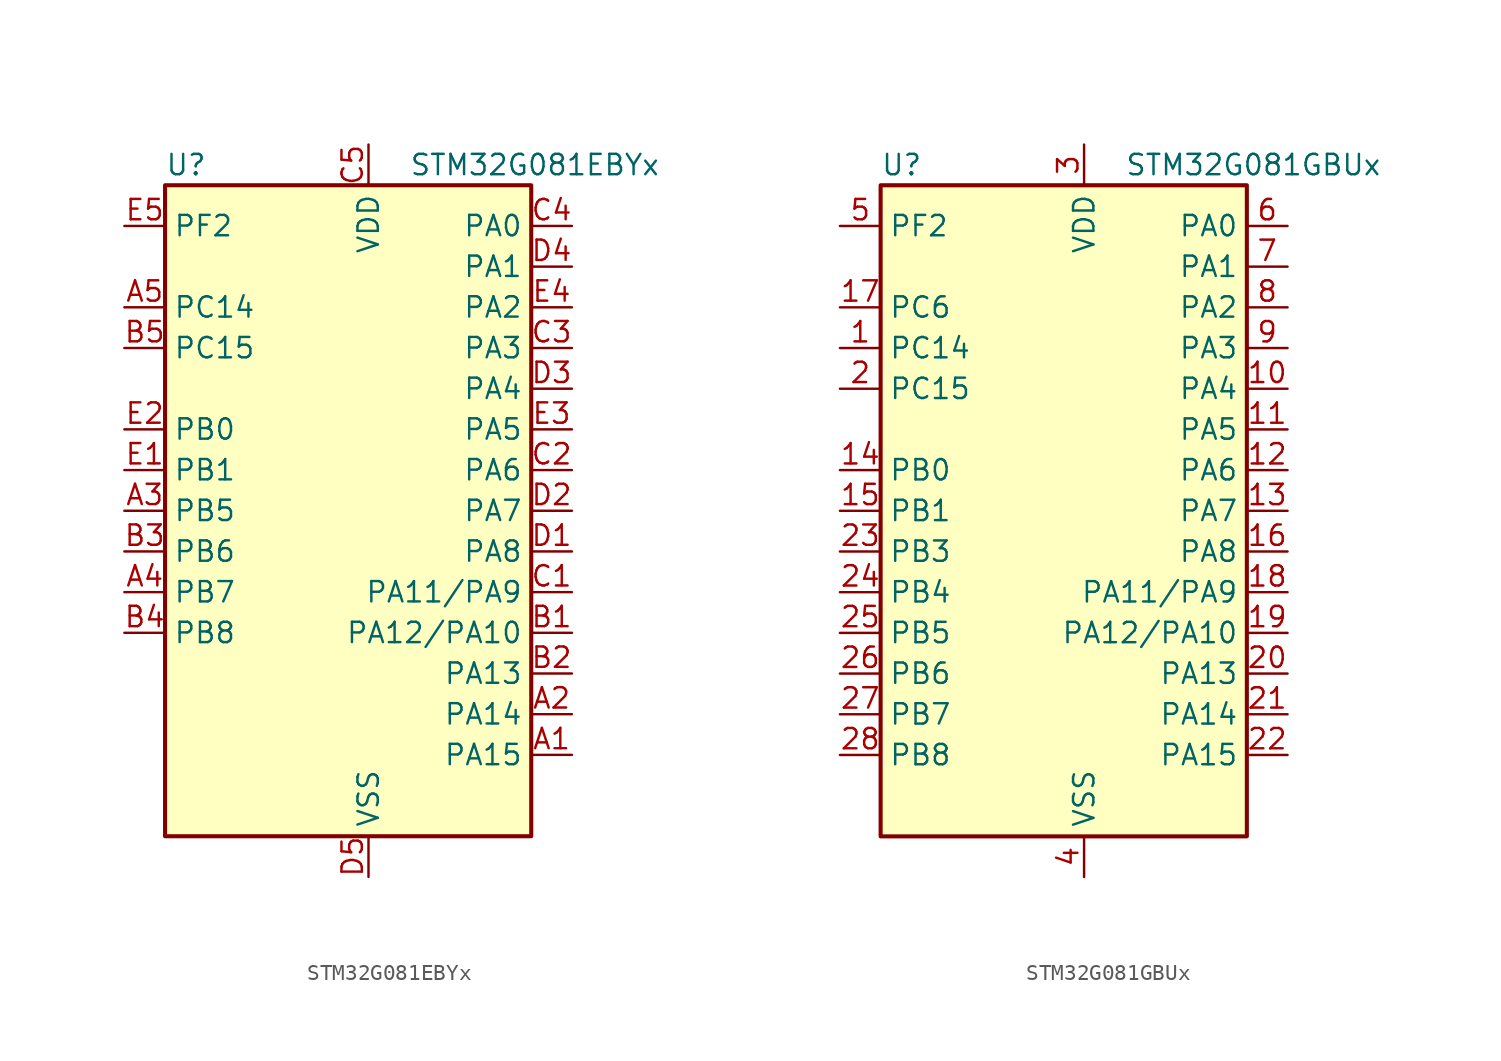
<source format=kicad_sym>
(kicad_symbol_lib
  (version 20231120)
  (generator "kicad_symbol_editor")
  (generator_version "8.0")
  (symbol "STM32G081EBYx"
    (property "Reference" "U"
      (at -10.16 21.59 0)
      (effects (font (size 1.27 1.27)) (justify left)))
    (property "Value" "STM32G081EBYx"
      (at 5.08 21.59 0)
      (effects (font (size 1.27 1.27)) (justify left)))
    (property "ki_locked" ""
      (at 0 0 0)
      (effects (font (size 1.27 1.27))))
    (symbol "STM32G081EBYx_0_1"
      (rectangle (start -10.16 -20.32) (end 12.7 20.32) (stroke (width 0.254) (type default)) (fill (type background))))
    (symbol "STM32G081EBYx_1_1"
      (pin bidirectional line (at 15.24 -15.24 180) (length 2.54) (name "PA15" (effects (font (size 1.27 1.27)))) (number "A1" (effects (font (size 1.27 1.27)))) (alternate "I2S1_WS" bidirectional line) (alternate "SPI1_NSS" bidirectional line) (alternate "TIM2_CH1" bidirectional line) (alternate "TIM2_ETR" bidirectional line) (alternate "USART2_RX" bidirectional line) (alternate "USART3_CK" bidirectional line) (alternate "USART3_DE" bidirectional line) (alternate "USART3_RTS" bidirectional line) (alternate "USART4_CK" bidirectional line) (alternate "USART4_DE" bidirectional line) (alternate "USART4_RTS" bidirectional line))
      (pin bidirectional line (at 15.24 -12.7 180) (length 2.54) (name "PA14" (effects (font (size 1.27 1.27)))) (number "A2" (effects (font (size 1.27 1.27)))) (alternate "SYS_SWCLK" bidirectional line) (alternate "USART2_TX" bidirectional line))
      (pin bidirectional line (at -12.7 0 0) (length 2.54) (name "PB5" (effects (font (size 1.27 1.27)))) (number "A3" (effects (font (size 1.27 1.27)))) (alternate "COMP2_OUT" bidirectional line) (alternate "I2C1_SMBA" bidirectional line) (alternate "I2S1_SD" bidirectional line) (alternate "LPTIM1_IN1" bidirectional line) (alternate "SPI1_MOSI" bidirectional line) (alternate "SYS_WKUP6" bidirectional line) (alternate "TIM16_BK" bidirectional line) (alternate "TIM3_CH2" bidirectional line))
      (pin bidirectional line (at -12.7 -5.08 0) (length 2.54) (name "PB7" (effects (font (size 1.27 1.27)))) (number "A4" (effects (font (size 1.27 1.27)))) (alternate "COMP2_INM" bidirectional line) (alternate "I2C1_SDA" bidirectional line) (alternate "LPTIM1_IN2" bidirectional line) (alternate "SPI2_MOSI" bidirectional line) (alternate "SYS_PVD_IN" bidirectional line) (alternate "TIM17_CH1N" bidirectional line) (alternate "USART1_RX" bidirectional line) (alternate "USART4_CTS" bidirectional line) (alternate "USART4_NSS" bidirectional line))
      (pin bidirectional line (at -12.7 12.7 0) (length 2.54) (name "PC14" (effects (font (size 1.27 1.27)))) (number "A5" (effects (font (size 1.27 1.27)))) (alternate "RCC_OSC32_IN" bidirectional line) (alternate "RCC_OSC_IN" bidirectional line) (alternate "TIM1_BK2" bidirectional line))
      (pin bidirectional line (at 15.24 -7.62 180) (length 2.54) (name "PA12/PA10" (effects (font (size 1.27 1.27)))) (number "B1" (effects (font (size 1.27 1.27)))) (alternate "COMP2_OUT" bidirectional line) (alternate "I2C2_SDA" bidirectional line) (alternate "I2S1_SD" bidirectional line) (alternate "I2S_CKIN" bidirectional line) (alternate "SPI1_MOSI" bidirectional line) (alternate "TIM1_ETR" bidirectional line) (alternate "USART1_CK" bidirectional line) (alternate "USART1_DE" bidirectional line) (alternate "USART1_RTS" bidirectional line))
      (pin bidirectional line (at 15.24 -10.16 180) (length 2.54) (name "PA13" (effects (font (size 1.27 1.27)))) (number "B2" (effects (font (size 1.27 1.27)))) (alternate "IR_OUT" bidirectional line) (alternate "SYS_SWDIO" bidirectional line))
      (pin bidirectional line (at -12.7 -2.54 0) (length 2.54) (name "PB6" (effects (font (size 1.27 1.27)))) (number "B3" (effects (font (size 1.27 1.27)))) (alternate "COMP2_INP" bidirectional line) (alternate "I2C1_SCL" bidirectional line) (alternate "LPTIM1_ETR" bidirectional line) (alternate "SPI2_MISO" bidirectional line) (alternate "TIM16_CH1N" bidirectional line) (alternate "TIM1_CH3" bidirectional line) (alternate "USART1_TX" bidirectional line))
      (pin bidirectional line (at -12.7 -7.62 0) (length 2.54) (name "PB8" (effects (font (size 1.27 1.27)))) (number "B4" (effects (font (size 1.27 1.27)))) (alternate "CEC" bidirectional line) (alternate "I2C1_SCL" bidirectional line) (alternate "SPI2_SCK" bidirectional line) (alternate "TIM15_BK" bidirectional line) (alternate "TIM16_CH1" bidirectional line) (alternate "USART3_TX" bidirectional line))
      (pin bidirectional line (at -12.7 10.16 0) (length 2.54) (name "PC15" (effects (font (size 1.27 1.27)))) (number "B5" (effects (font (size 1.27 1.27)))) (alternate "RCC_OSC32_EN" bidirectional line) (alternate "RCC_OSC32_OUT" bidirectional line) (alternate "RCC_OSC_EN" bidirectional line) (alternate "TIM15_BK" bidirectional line))
      (pin bidirectional line (at 15.24 -5.08 180) (length 2.54) (name "PA11/PA9" (effects (font (size 1.27 1.27)))) (number "C1" (effects (font (size 1.27 1.27)))) (alternate "ADC1_EXTI11" bidirectional line) (alternate "COMP1_OUT" bidirectional line) (alternate "I2C2_SCL" bidirectional line) (alternate "I2S1_MCK" bidirectional line) (alternate "SPI1_MISO" bidirectional line) (alternate "TIM1_BK2" bidirectional line) (alternate "TIM1_CH4" bidirectional line) (alternate "USART1_CTS" bidirectional line) (alternate "USART1_NSS" bidirectional line))
      (pin bidirectional line (at 15.24 2.54 180) (length 2.54) (name "PA6" (effects (font (size 1.27 1.27)))) (number "C2" (effects (font (size 1.27 1.27)))) (alternate "ADC1_IN6" bidirectional line) (alternate "COMP1_OUT" bidirectional line) (alternate "I2S1_MCK" bidirectional line) (alternate "LPUART1_CTS" bidirectional line) (alternate "SPI1_MISO" bidirectional line) (alternate "TIM16_CH1" bidirectional line) (alternate "TIM1_BK" bidirectional line) (alternate "TIM3_CH1" bidirectional line) (alternate "USART3_CTS" bidirectional line) (alternate "USART3_NSS" bidirectional line))
      (pin bidirectional line (at 15.24 10.16 180) (length 2.54) (name "PA3" (effects (font (size 1.27 1.27)))) (number "C3" (effects (font (size 1.27 1.27)))) (alternate "ADC1_IN3" bidirectional line) (alternate "COMP2_INP" bidirectional line) (alternate "LPUART1_RX" bidirectional line) (alternate "SPI2_MISO" bidirectional line) (alternate "TIM15_CH2" bidirectional line) (alternate "TIM2_CH4" bidirectional line) (alternate "USART2_RX" bidirectional line))
      (pin bidirectional line (at 15.24 17.78 180) (length 2.54) (name "PA0" (effects (font (size 1.27 1.27)))) (number "C4" (effects (font (size 1.27 1.27)))) (alternate "ADC1_IN0" bidirectional line) (alternate "COMP1_INM" bidirectional line) (alternate "COMP1_OUT" bidirectional line) (alternate "LPTIM1_OUT" bidirectional line) (alternate "RTC_TAMP_IN2" bidirectional line) (alternate "SPI2_SCK" bidirectional line) (alternate "SYS_WKUP1" bidirectional line) (alternate "TIM2_CH1" bidirectional line) (alternate "TIM2_ETR" bidirectional line) (alternate "USART2_CTS" bidirectional line) (alternate "USART2_NSS" bidirectional line) (alternate "USART4_TX" bidirectional line))
      (pin power_in line (at 2.54 22.86 270) (length 2.54) (name "VDD" (effects (font (size 1.27 1.27)))) (number "C5" (effects (font (size 1.27 1.27)))))
      (pin bidirectional line (at 15.24 -2.54 180) (length 2.54) (name "PA8" (effects (font (size 1.27 1.27)))) (number "D1" (effects (font (size 1.27 1.27)))) (alternate "LPTIM2_OUT" bidirectional line) (alternate "RCC_MCO" bidirectional line) (alternate "SPI2_NSS" bidirectional line) (alternate "TIM1_CH1" bidirectional line) (alternate "UCPD1_CC1" bidirectional line))
      (pin bidirectional line (at 15.24 0 180) (length 2.54) (name "PA7" (effects (font (size 1.27 1.27)))) (number "D2" (effects (font (size 1.27 1.27)))) (alternate "ADC1_IN7" bidirectional line) (alternate "COMP2_OUT" bidirectional line) (alternate "I2S1_SD" bidirectional line) (alternate "SPI1_MOSI" bidirectional line) (alternate "TIM14_CH1" bidirectional line) (alternate "TIM17_CH1" bidirectional line) (alternate "TIM1_CH1N" bidirectional line) (alternate "TIM3_CH2" bidirectional line) (alternate "UCPD1_FRSTX1" bidirectional line) (alternate "UCPD1_FRSTX2" bidirectional line))
      (pin bidirectional line (at 15.24 7.62 180) (length 2.54) (name "PA4" (effects (font (size 1.27 1.27)))) (number "D3" (effects (font (size 1.27 1.27)))) (alternate "ADC1_IN4" bidirectional line) (alternate "DAC1_OUT1" bidirectional line) (alternate "I2S1_WS" bidirectional line) (alternate "LPTIM2_OUT" bidirectional line) (alternate "RTC_OUT_ALARM" bidirectional line) (alternate "RTC_OUT_CALIB" bidirectional line) (alternate "RTC_TAMP_IN1" bidirectional line) (alternate "RTC_TS" bidirectional line) (alternate "SPI1_NSS" bidirectional line) (alternate "SPI2_MOSI" bidirectional line) (alternate "SYS_WKUP2" bidirectional line) (alternate "TIM14_CH1" bidirectional line))
      (pin bidirectional line (at 15.24 15.24 180) (length 2.54) (name "PA1" (effects (font (size 1.27 1.27)))) (number "D4" (effects (font (size 1.27 1.27)))) (alternate "ADC1_IN1" bidirectional line) (alternate "COMP1_INP" bidirectional line) (alternate "I2C1_SMBA" bidirectional line) (alternate "I2S1_CK" bidirectional line) (alternate "SPI1_SCK" bidirectional line) (alternate "TIM15_CH1N" bidirectional line) (alternate "TIM2_CH2" bidirectional line) (alternate "USART2_CK" bidirectional line) (alternate "USART2_DE" bidirectional line) (alternate "USART2_RTS" bidirectional line) (alternate "USART4_RX" bidirectional line))
      (pin power_in line (at 2.54 -22.86 90) (length 2.54) (name "VSS" (effects (font (size 1.27 1.27)))) (number "D5" (effects (font (size 1.27 1.27)))))
      (pin bidirectional line (at -12.7 2.54 0) (length 2.54) (name "PB1" (effects (font (size 1.27 1.27)))) (number "E1" (effects (font (size 1.27 1.27)))) (alternate "ADC1_IN9" bidirectional line) (alternate "COMP1_INM" bidirectional line) (alternate "LPTIM2_IN1" bidirectional line) (alternate "LPUART1_DE" bidirectional line) (alternate "LPUART1_RTS" bidirectional line) (alternate "TIM14_CH1" bidirectional line) (alternate "TIM1_CH3N" bidirectional line) (alternate "TIM3_CH4" bidirectional line) (alternate "USART3_CK" bidirectional line) (alternate "USART3_DE" bidirectional line) (alternate "USART3_RTS" bidirectional line))
      (pin bidirectional line (at -12.7 5.08 0) (length 2.54) (name "PB0" (effects (font (size 1.27 1.27)))) (number "E2" (effects (font (size 1.27 1.27)))) (alternate "ADC1_IN8" bidirectional line) (alternate "COMP1_OUT" bidirectional line) (alternate "I2S1_WS" bidirectional line) (alternate "LPTIM1_OUT" bidirectional line) (alternate "SPI1_NSS" bidirectional line) (alternate "TIM1_CH2N" bidirectional line) (alternate "TIM3_CH3" bidirectional line) (alternate "UCPD1_FRSTX1" bidirectional line) (alternate "UCPD1_FRSTX2" bidirectional line) (alternate "USART3_RX" bidirectional line))
      (pin bidirectional line (at 15.24 5.08 180) (length 2.54) (name "PA5" (effects (font (size 1.27 1.27)))) (number "E3" (effects (font (size 1.27 1.27)))) (alternate "ADC1_IN5" bidirectional line) (alternate "CEC" bidirectional line) (alternate "DAC1_OUT2" bidirectional line) (alternate "I2S1_CK" bidirectional line) (alternate "LPTIM2_ETR" bidirectional line) (alternate "SPI1_SCK" bidirectional line) (alternate "TIM2_CH1" bidirectional line) (alternate "TIM2_ETR" bidirectional line) (alternate "UCPD1_FRSTX1" bidirectional line) (alternate "UCPD1_FRSTX2" bidirectional line) (alternate "USART3_TX" bidirectional line))
      (pin bidirectional line (at 15.24 12.7 180) (length 2.54) (name "PA2" (effects (font (size 1.27 1.27)))) (number "E4" (effects (font (size 1.27 1.27)))) (alternate "ADC1_IN2" bidirectional line) (alternate "COMP2_INM" bidirectional line) (alternate "COMP2_OUT" bidirectional line) (alternate "I2S1_SD" bidirectional line) (alternate "LPUART1_TX" bidirectional line) (alternate "RCC_LSCO" bidirectional line) (alternate "SPI1_MOSI" bidirectional line) (alternate "SYS_WKUP4" bidirectional line) (alternate "TIM15_CH1" bidirectional line) (alternate "TIM2_CH3" bidirectional line) (alternate "UCPD1_FRSTX1" bidirectional line) (alternate "UCPD1_FRSTX2" bidirectional line) (alternate "USART2_TX" bidirectional line))
      (pin bidirectional line (at -12.7 17.78 0) (length 2.54) (name "PF2" (effects (font (size 1.27 1.27)))) (number "E5" (effects (font (size 1.27 1.27)))) (alternate "RCC_MCO" bidirectional line))))
  (symbol "STM32G081GBUx"
    (property "Reference" "U"
      (at -10.16 21.59 0)
      (effects (font (size 1.27 1.27)) (justify left)))
    (property "Value" "STM32G081GBUx"
      (at 5.08 21.59 0)
      (effects (font (size 1.27 1.27)) (justify left)))
    (property "ki_locked" ""
      (at 0 0 0)
      (effects (font (size 1.27 1.27))))
    (symbol "STM32G081GBUx_0_1"
      (rectangle (start -10.16 -20.32) (end 12.7 20.32) (stroke (width 0.254) (type default)) (fill (type background))))
    (symbol "STM32G081GBUx_1_1"
      (pin bidirectional line (at -12.7 10.16 0) (length 2.54) (name "PC14" (effects (font (size 1.27 1.27)))) (number "1" (effects (font (size 1.27 1.27)))) (alternate "RCC_OSC32_IN" bidirectional line) (alternate "RCC_OSC_IN" bidirectional line) (alternate "TIM1_BK2" bidirectional line))
      (pin bidirectional line (at 15.24 7.62 180) (length 2.54) (name "PA4" (effects (font (size 1.27 1.27)))) (number "10" (effects (font (size 1.27 1.27)))) (alternate "ADC1_IN4" bidirectional line) (alternate "DAC1_OUT1" bidirectional line) (alternate "I2S1_WS" bidirectional line) (alternate "LPTIM2_OUT" bidirectional line) (alternate "RTC_OUT_ALARM" bidirectional line) (alternate "RTC_OUT_CALIB" bidirectional line) (alternate "RTC_TAMP_IN1" bidirectional line) (alternate "RTC_TS" bidirectional line) (alternate "SPI1_NSS" bidirectional line) (alternate "SPI2_MOSI" bidirectional line) (alternate "SYS_WKUP2" bidirectional line) (alternate "TIM14_CH1" bidirectional line))
      (pin bidirectional line (at 15.24 5.08 180) (length 2.54) (name "PA5" (effects (font (size 1.27 1.27)))) (number "11" (effects (font (size 1.27 1.27)))) (alternate "ADC1_IN5" bidirectional line) (alternate "CEC" bidirectional line) (alternate "DAC1_OUT2" bidirectional line) (alternate "I2S1_CK" bidirectional line) (alternate "LPTIM2_ETR" bidirectional line) (alternate "SPI1_SCK" bidirectional line) (alternate "TIM2_CH1" bidirectional line) (alternate "TIM2_ETR" bidirectional line) (alternate "UCPD1_FRSTX1" bidirectional line) (alternate "UCPD1_FRSTX2" bidirectional line) (alternate "USART3_TX" bidirectional line))
      (pin bidirectional line (at 15.24 2.54 180) (length 2.54) (name "PA6" (effects (font (size 1.27 1.27)))) (number "12" (effects (font (size 1.27 1.27)))) (alternate "ADC1_IN6" bidirectional line) (alternate "COMP1_OUT" bidirectional line) (alternate "I2S1_MCK" bidirectional line) (alternate "LPUART1_CTS" bidirectional line) (alternate "SPI1_MISO" bidirectional line) (alternate "TIM16_CH1" bidirectional line) (alternate "TIM1_BK" bidirectional line) (alternate "TIM3_CH1" bidirectional line) (alternate "USART3_CTS" bidirectional line) (alternate "USART3_NSS" bidirectional line))
      (pin bidirectional line (at 15.24 0 180) (length 2.54) (name "PA7" (effects (font (size 1.27 1.27)))) (number "13" (effects (font (size 1.27 1.27)))) (alternate "ADC1_IN7" bidirectional line) (alternate "COMP2_OUT" bidirectional line) (alternate "I2S1_SD" bidirectional line) (alternate "SPI1_MOSI" bidirectional line) (alternate "TIM14_CH1" bidirectional line) (alternate "TIM17_CH1" bidirectional line) (alternate "TIM1_CH1N" bidirectional line) (alternate "TIM3_CH2" bidirectional line) (alternate "UCPD1_FRSTX1" bidirectional line) (alternate "UCPD1_FRSTX2" bidirectional line))
      (pin bidirectional line (at -12.7 2.54 0) (length 2.54) (name "PB0" (effects (font (size 1.27 1.27)))) (number "14" (effects (font (size 1.27 1.27)))) (alternate "ADC1_IN8" bidirectional line) (alternate "COMP1_OUT" bidirectional line) (alternate "I2S1_WS" bidirectional line) (alternate "LPTIM1_OUT" bidirectional line) (alternate "SPI1_NSS" bidirectional line) (alternate "TIM1_CH2N" bidirectional line) (alternate "TIM3_CH3" bidirectional line) (alternate "UCPD1_FRSTX1" bidirectional line) (alternate "UCPD1_FRSTX2" bidirectional line) (alternate "USART3_RX" bidirectional line))
      (pin bidirectional line (at -12.7 0 0) (length 2.54) (name "PB1" (effects (font (size 1.27 1.27)))) (number "15" (effects (font (size 1.27 1.27)))) (alternate "ADC1_IN9" bidirectional line) (alternate "COMP1_INM" bidirectional line) (alternate "LPTIM2_IN1" bidirectional line) (alternate "LPUART1_DE" bidirectional line) (alternate "LPUART1_RTS" bidirectional line) (alternate "TIM14_CH1" bidirectional line) (alternate "TIM1_CH3N" bidirectional line) (alternate "TIM3_CH4" bidirectional line) (alternate "USART3_CK" bidirectional line) (alternate "USART3_DE" bidirectional line) (alternate "USART3_RTS" bidirectional line))
      (pin bidirectional line (at 15.24 -2.54 180) (length 2.54) (name "PA8" (effects (font (size 1.27 1.27)))) (number "16" (effects (font (size 1.27 1.27)))) (alternate "LPTIM2_OUT" bidirectional line) (alternate "RCC_MCO" bidirectional line) (alternate "SPI2_NSS" bidirectional line) (alternate "TIM1_CH1" bidirectional line) (alternate "UCPD1_CC1" bidirectional line))
      (pin bidirectional line (at -12.7 12.7 0) (length 2.54) (name "PC6" (effects (font (size 1.27 1.27)))) (number "17" (effects (font (size 1.27 1.27)))) (alternate "TIM2_CH3" bidirectional line) (alternate "TIM3_CH1" bidirectional line) (alternate "UCPD1_FRSTX1" bidirectional line) (alternate "UCPD1_FRSTX2" bidirectional line))
      (pin bidirectional line (at 15.24 -5.08 180) (length 2.54) (name "PA11/PA9" (effects (font (size 1.27 1.27)))) (number "18" (effects (font (size 1.27 1.27)))) (alternate "ADC1_EXTI11" bidirectional line) (alternate "COMP1_OUT" bidirectional line) (alternate "I2C2_SCL" bidirectional line) (alternate "I2S1_MCK" bidirectional line) (alternate "SPI1_MISO" bidirectional line) (alternate "TIM1_BK2" bidirectional line) (alternate "TIM1_CH4" bidirectional line) (alternate "USART1_CTS" bidirectional line) (alternate "USART1_NSS" bidirectional line))
      (pin bidirectional line (at 15.24 -7.62 180) (length 2.54) (name "PA12/PA10" (effects (font (size 1.27 1.27)))) (number "19" (effects (font (size 1.27 1.27)))) (alternate "COMP2_OUT" bidirectional line) (alternate "I2C2_SDA" bidirectional line) (alternate "I2S1_SD" bidirectional line) (alternate "I2S_CKIN" bidirectional line) (alternate "SPI1_MOSI" bidirectional line) (alternate "TIM1_ETR" bidirectional line) (alternate "USART1_CK" bidirectional line) (alternate "USART1_DE" bidirectional line) (alternate "USART1_RTS" bidirectional line))
      (pin bidirectional line (at -12.7 7.62 0) (length 2.54) (name "PC15" (effects (font (size 1.27 1.27)))) (number "2" (effects (font (size 1.27 1.27)))) (alternate "RCC_OSC32_EN" bidirectional line) (alternate "RCC_OSC32_OUT" bidirectional line) (alternate "RCC_OSC_EN" bidirectional line) (alternate "TIM15_BK" bidirectional line))
      (pin bidirectional line (at 15.24 -10.16 180) (length 2.54) (name "PA13" (effects (font (size 1.27 1.27)))) (number "20" (effects (font (size 1.27 1.27)))) (alternate "IR_OUT" bidirectional line) (alternate "SYS_SWDIO" bidirectional line))
      (pin bidirectional line (at 15.24 -12.7 180) (length 2.54) (name "PA14" (effects (font (size 1.27 1.27)))) (number "21" (effects (font (size 1.27 1.27)))) (alternate "SYS_SWCLK" bidirectional line) (alternate "USART2_TX" bidirectional line))
      (pin bidirectional line (at 15.24 -15.24 180) (length 2.54) (name "PA15" (effects (font (size 1.27 1.27)))) (number "22" (effects (font (size 1.27 1.27)))) (alternate "I2S1_WS" bidirectional line) (alternate "SPI1_NSS" bidirectional line) (alternate "TIM2_CH1" bidirectional line) (alternate "TIM2_ETR" bidirectional line) (alternate "USART2_RX" bidirectional line) (alternate "USART3_CK" bidirectional line) (alternate "USART3_DE" bidirectional line) (alternate "USART3_RTS" bidirectional line) (alternate "USART4_CK" bidirectional line) (alternate "USART4_DE" bidirectional line) (alternate "USART4_RTS" bidirectional line))
      (pin bidirectional line (at -12.7 -2.54 0) (length 2.54) (name "PB3" (effects (font (size 1.27 1.27)))) (number "23" (effects (font (size 1.27 1.27)))) (alternate "COMP2_INM" bidirectional line) (alternate "I2S1_CK" bidirectional line) (alternate "SPI1_SCK" bidirectional line) (alternate "TIM1_CH2" bidirectional line) (alternate "TIM2_CH2" bidirectional line) (alternate "USART1_CK" bidirectional line) (alternate "USART1_DE" bidirectional line) (alternate "USART1_RTS" bidirectional line))
      (pin bidirectional line (at -12.7 -5.08 0) (length 2.54) (name "PB4" (effects (font (size 1.27 1.27)))) (number "24" (effects (font (size 1.27 1.27)))) (alternate "COMP2_INP" bidirectional line) (alternate "I2S1_MCK" bidirectional line) (alternate "SPI1_MISO" bidirectional line) (alternate "TIM17_BK" bidirectional line) (alternate "TIM3_CH1" bidirectional line) (alternate "USART1_CTS" bidirectional line) (alternate "USART1_NSS" bidirectional line))
      (pin bidirectional line (at -12.7 -7.62 0) (length 2.54) (name "PB5" (effects (font (size 1.27 1.27)))) (number "25" (effects (font (size 1.27 1.27)))) (alternate "COMP2_OUT" bidirectional line) (alternate "I2C1_SMBA" bidirectional line) (alternate "I2S1_SD" bidirectional line) (alternate "LPTIM1_IN1" bidirectional line) (alternate "SPI1_MOSI" bidirectional line) (alternate "SYS_WKUP6" bidirectional line) (alternate "TIM16_BK" bidirectional line) (alternate "TIM3_CH2" bidirectional line))
      (pin bidirectional line (at -12.7 -10.16 0) (length 2.54) (name "PB6" (effects (font (size 1.27 1.27)))) (number "26" (effects (font (size 1.27 1.27)))) (alternate "COMP2_INP" bidirectional line) (alternate "I2C1_SCL" bidirectional line) (alternate "LPTIM1_ETR" bidirectional line) (alternate "SPI2_MISO" bidirectional line) (alternate "TIM16_CH1N" bidirectional line) (alternate "TIM1_CH3" bidirectional line) (alternate "USART1_TX" bidirectional line))
      (pin bidirectional line (at -12.7 -12.7 0) (length 2.54) (name "PB7" (effects (font (size 1.27 1.27)))) (number "27" (effects (font (size 1.27 1.27)))) (alternate "COMP2_INM" bidirectional line) (alternate "I2C1_SDA" bidirectional line) (alternate "LPTIM1_IN2" bidirectional line) (alternate "SPI2_MOSI" bidirectional line) (alternate "SYS_PVD_IN" bidirectional line) (alternate "TIM17_CH1N" bidirectional line) (alternate "USART1_RX" bidirectional line) (alternate "USART4_CTS" bidirectional line) (alternate "USART4_NSS" bidirectional line))
      (pin bidirectional line (at -12.7 -15.24 0) (length 2.54) (name "PB8" (effects (font (size 1.27 1.27)))) (number "28" (effects (font (size 1.27 1.27)))) (alternate "CEC" bidirectional line) (alternate "I2C1_SCL" bidirectional line) (alternate "SPI2_SCK" bidirectional line) (alternate "TIM15_BK" bidirectional line) (alternate "TIM16_CH1" bidirectional line) (alternate "USART3_TX" bidirectional line))
      (pin power_in line (at 2.54 22.86 270) (length 2.54) (name "VDD" (effects (font (size 1.27 1.27)))) (number "3" (effects (font (size 1.27 1.27)))))
      (pin power_in line (at 2.54 -22.86 90) (length 2.54) (name "VSS" (effects (font (size 1.27 1.27)))) (number "4" (effects (font (size 1.27 1.27)))))
      (pin bidirectional line (at -12.7 17.78 0) (length 2.54) (name "PF2" (effects (font (size 1.27 1.27)))) (number "5" (effects (font (size 1.27 1.27)))) (alternate "RCC_MCO" bidirectional line))
      (pin bidirectional line (at 15.24 17.78 180) (length 2.54) (name "PA0" (effects (font (size 1.27 1.27)))) (number "6" (effects (font (size 1.27 1.27)))) (alternate "ADC1_IN0" bidirectional line) (alternate "COMP1_INM" bidirectional line) (alternate "COMP1_OUT" bidirectional line) (alternate "LPTIM1_OUT" bidirectional line) (alternate "RTC_TAMP_IN2" bidirectional line) (alternate "SPI2_SCK" bidirectional line) (alternate "SYS_WKUP1" bidirectional line) (alternate "TIM2_CH1" bidirectional line) (alternate "TIM2_ETR" bidirectional line) (alternate "USART2_CTS" bidirectional line) (alternate "USART2_NSS" bidirectional line) (alternate "USART4_TX" bidirectional line))
      (pin bidirectional line (at 15.24 15.24 180) (length 2.54) (name "PA1" (effects (font (size 1.27 1.27)))) (number "7" (effects (font (size 1.27 1.27)))) (alternate "ADC1_IN1" bidirectional line) (alternate "COMP1_INP" bidirectional line) (alternate "I2C1_SMBA" bidirectional line) (alternate "I2S1_CK" bidirectional line) (alternate "SPI1_SCK" bidirectional line) (alternate "TIM15_CH1N" bidirectional line) (alternate "TIM2_CH2" bidirectional line) (alternate "USART2_CK" bidirectional line) (alternate "USART2_DE" bidirectional line) (alternate "USART2_RTS" bidirectional line) (alternate "USART4_RX" bidirectional line))
      (pin bidirectional line (at 15.24 12.7 180) (length 2.54) (name "PA2" (effects (font (size 1.27 1.27)))) (number "8" (effects (font (size 1.27 1.27)))) (alternate "ADC1_IN2" bidirectional line) (alternate "COMP2_INM" bidirectional line) (alternate "COMP2_OUT" bidirectional line) (alternate "I2S1_SD" bidirectional line) (alternate "LPUART1_TX" bidirectional line) (alternate "RCC_LSCO" bidirectional line) (alternate "SPI1_MOSI" bidirectional line) (alternate "SYS_WKUP4" bidirectional line) (alternate "TIM15_CH1" bidirectional line) (alternate "TIM2_CH3" bidirectional line) (alternate "UCPD1_FRSTX1" bidirectional line) (alternate "UCPD1_FRSTX2" bidirectional line) (alternate "USART2_TX" bidirectional line))
      (pin bidirectional line (at 15.24 10.16 180) (length 2.54) (name "PA3" (effects (font (size 1.27 1.27)))) (number "9" (effects (font (size 1.27 1.27)))) (alternate "ADC1_IN3" bidirectional line) (alternate "COMP2_INP" bidirectional line) (alternate "LPUART1_RX" bidirectional line) (alternate "SPI2_MISO" bidirectional line) (alternate "TIM15_CH2" bidirectional line) (alternate "TIM2_CH4" bidirectional line) (alternate "USART2_RX" bidirectional line)))))
</source>
